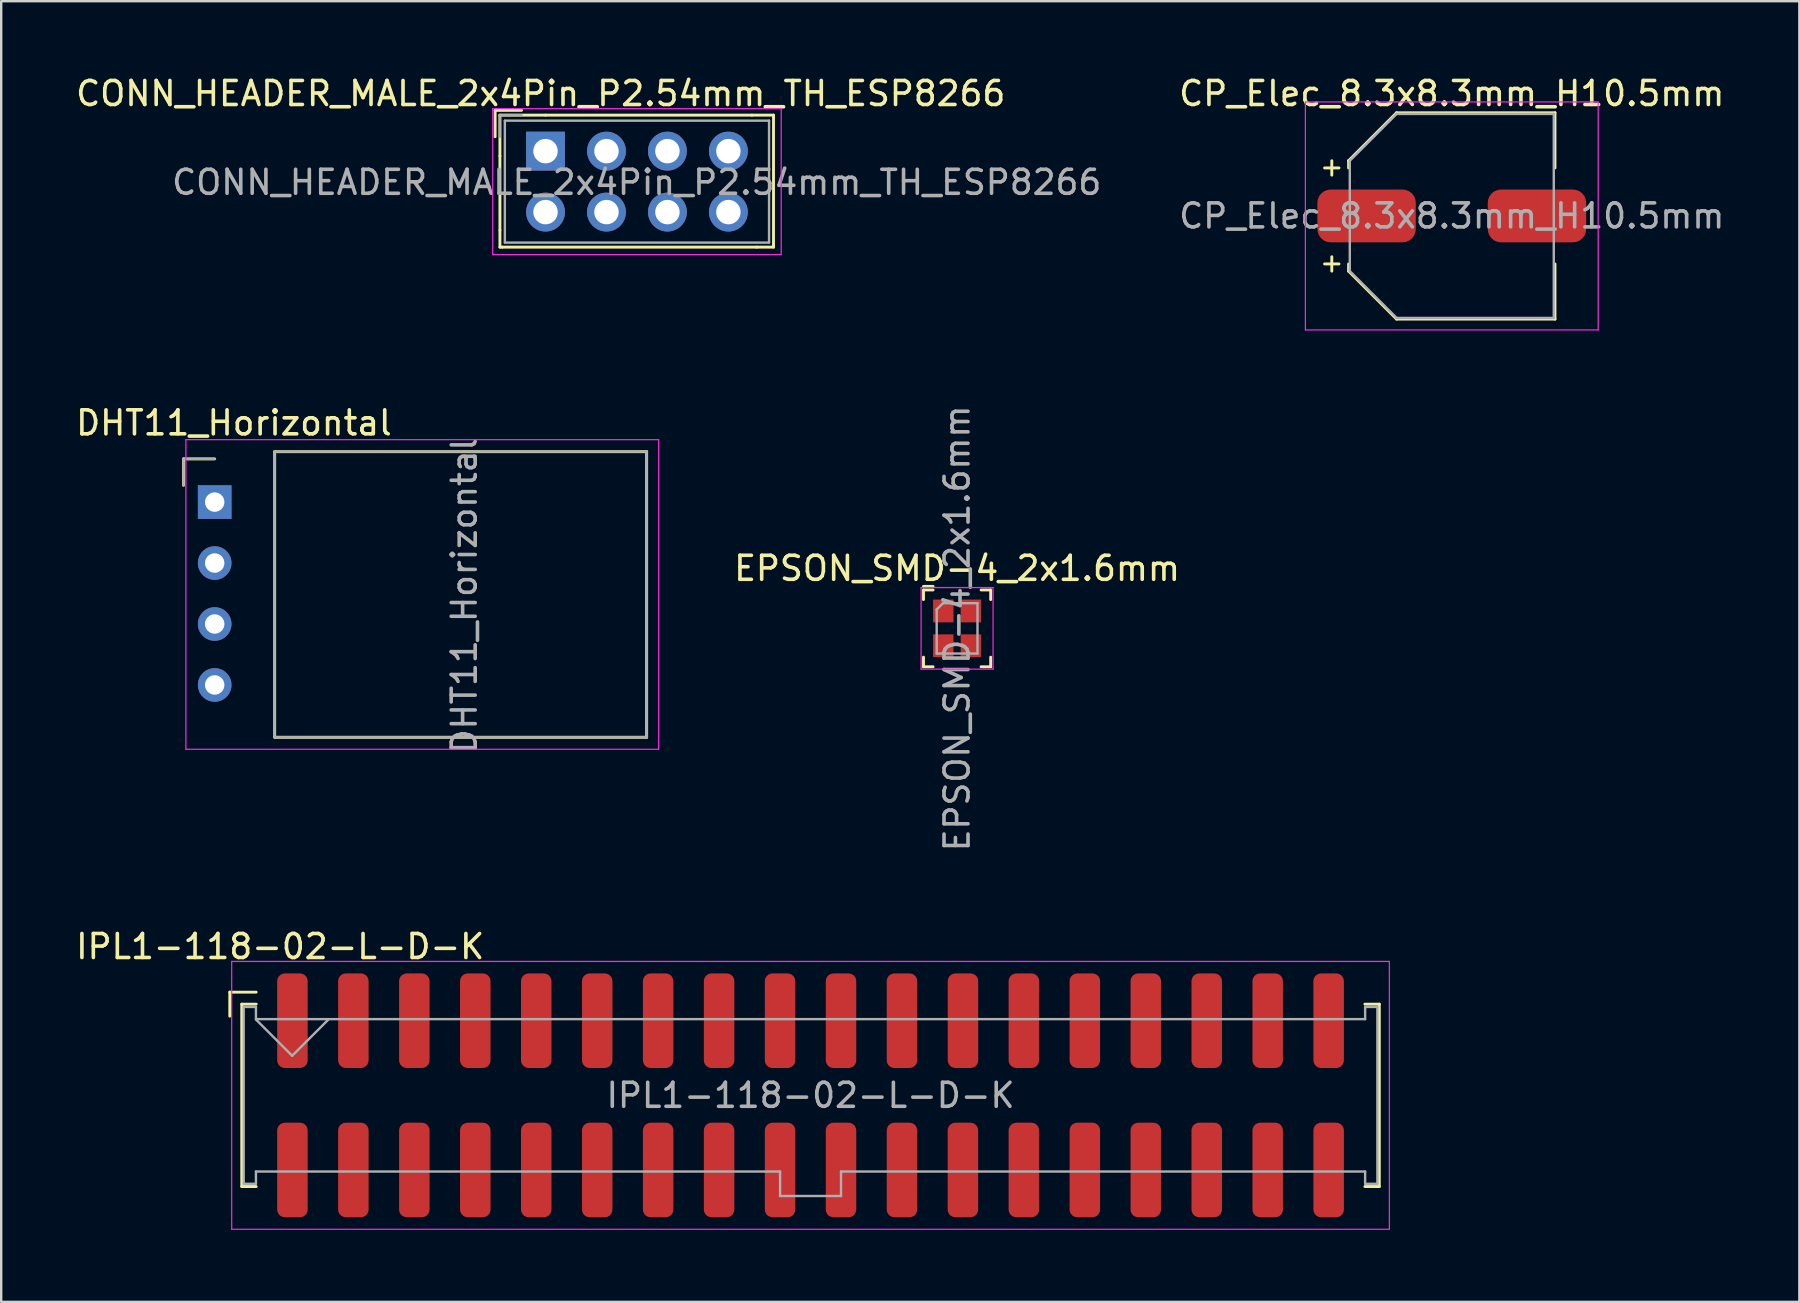
<source format=kicad_pcb>
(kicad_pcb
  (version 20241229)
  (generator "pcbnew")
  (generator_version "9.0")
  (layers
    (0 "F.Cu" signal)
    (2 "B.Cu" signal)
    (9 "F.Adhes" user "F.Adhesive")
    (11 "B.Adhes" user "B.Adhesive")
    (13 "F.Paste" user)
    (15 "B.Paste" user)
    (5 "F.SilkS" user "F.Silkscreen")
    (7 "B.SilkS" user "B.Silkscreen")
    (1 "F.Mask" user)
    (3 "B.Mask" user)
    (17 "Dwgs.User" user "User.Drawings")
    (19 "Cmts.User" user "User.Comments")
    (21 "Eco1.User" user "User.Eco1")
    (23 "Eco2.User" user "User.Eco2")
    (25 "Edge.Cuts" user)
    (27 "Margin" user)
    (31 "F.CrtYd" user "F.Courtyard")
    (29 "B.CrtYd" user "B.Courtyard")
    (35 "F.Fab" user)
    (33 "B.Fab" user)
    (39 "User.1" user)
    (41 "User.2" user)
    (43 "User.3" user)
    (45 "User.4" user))
  (footprint "EPSON_SMD-4_2x1.6mm"
    (layer "F.Cu")
    (at 36.832 23.134)
    (property "Reference" "EPSON_SMD-4_2x1.6mm" (at 0 -2.5 0) (layer "F.SilkS") (effects (font (size 1 1) (thickness 0.15))))
    (attr smd)
    (fp_line (start -1.4 -1.6) (end -1.4 -1.2) (stroke (width 0.12) (type solid)) (layer "F.SilkS"))
    (fp_line (start -1.4 -1.6) (end -1 -1.6) (stroke (width 0.12) (type solid)) (layer "F.SilkS"))
    (fp_line (start -1.4 1.6) (end -1.4 1.2) (stroke (width 0.12) (type solid)) (layer "F.SilkS"))
    (fp_line (start -1.4 1.6) (end -1 1.6) (stroke (width 0.12) (type solid)) (layer "F.SilkS"))
    (fp_line (start -1 -1.75) (end -1.4 -1.75) (stroke (width 0.12) (type solid)) (layer "F.SilkS"))
    (fp_line (start 1 -1.6) (end 1.4 -1.6) (stroke (width 0.12) (type solid)) (layer "F.SilkS"))
    (fp_line (start 1 1.6) (end 1.4 1.6) (stroke (width 0.12) (type solid)) (layer "F.SilkS"))
    (fp_line (start 1.4 -1.6) (end 1.4 -1.2) (stroke (width 0.12) (type solid)) (layer "F.SilkS"))
    (fp_line (start 1.4 1.6) (end 1.4 1.2) (stroke (width 0.12) (type solid)) (layer "F.SilkS"))
    (fp_line (start -1.5 -1.7) (end -1.5 1.7) (stroke (width 0.05) (type solid)) (layer "F.CrtYd"))
    (fp_line (start -1.5 -1.7) (end 1.5 -1.7) (stroke (width 0.05) (type solid)) (layer "F.CrtYd"))
    (fp_line (start -1.5 1.7) (end 1.5 1.7) (stroke (width 0.05) (type solid)) (layer "F.CrtYd"))
    (fp_line (start 1.5 -1.7) (end 1.5 1.7) (stroke (width 0.05) (type solid)) (layer "F.CrtYd"))
    (fp_line (start -0.85 -0.787) (end -0.85 1.05) (stroke (width 0.1) (type solid)) (layer "F.Fab"))
    (fp_line (start -0.85 1.05) (end 0.85 1.05) (stroke (width 0.1) (type solid)) (layer "F.Fab"))
    (fp_line (start -0.588 -1.05) (end -0.85 -0.787) (stroke (width 0.1) (type solid)) (layer "F.Fab"))
    (fp_line (start -0.588 -1.05) (end 0.85 -1.05) (stroke (width 0.1) (type solid)) (layer "F.Fab"))
    (fp_line (start 0.85 -1.05) (end 0.85 1.05) (stroke (width 0.1) (type solid)) (layer "F.Fab"))
    (fp_text user "${REFERENCE}" (at 0 0 90) (layer "F.Fab") (effects (font (size 1 1) (thickness 0.15))))
    (pad "1" smd rect (at -0.575 -0.725) (size 0.85 0.95) (layers "F.Cu" "F.Mask" "F.Paste"))
    (pad "2" smd rect (at -0.575 0.725) (size 0.85 0.95) (layers "F.Cu" "F.Mask" "F.Paste"))
    (pad "3" smd rect (at 0.575 0.725) (size 0.85 0.95) (layers "F.Cu" "F.Mask" "F.Paste"))
    (pad "4" smd rect (at 0.575 -0.725) (size 0.85 0.95) (layers "F.Cu" "F.Mask" "F.Paste")))
  (footprint "CONN_HEADER_MALE_2x4Pin_P2.54mm_TH_ESP8266"
    (layer "F.Cu")
    (at 19.682 3.248)
    (property "Reference" "CONN_HEADER_MALE_2x4Pin_P2.54mm_TH_ESP8266" (at -0.2 -2.4 0) (layer "F.SilkS") (effects (font (size 1 1) (thickness 0.15))))
    (attr through_hole)
    (fp_line (start -2.1 -1.7) (end -2.1 -0.6) (stroke (width 0.12) (type solid)) (layer "F.SilkS"))
    (fp_line (start -1.9 -1.5) (end 0 -1.5) (stroke (width 0.12) (type solid)) (layer "F.SilkS"))
    (fp_line (start -1.9 0.2) (end -1.9 -1.5) (stroke (width 0.12) (type solid)) (layer "F.SilkS"))
    (fp_line (start -1.9 3.3) (end -1.9 0.2) (stroke (width 0.12) (type solid)) (layer "F.SilkS"))
    (fp_line (start -1.9 4) (end -1.9 3.3) (stroke (width 0.12) (type solid)) (layer "F.SilkS"))
    (fp_line (start -1.8 4) (end -1.9 4) (stroke (width 0.12) (type solid)) (layer "F.SilkS"))
    (fp_line (start -1 -1.7) (end -2.1 -1.7) (stroke (width 0.12) (type solid)) (layer "F.SilkS"))
    (fp_line (start 8.6 -1.5) (end 0 -1.5) (stroke (width 0.12) (type solid)) (layer "F.SilkS"))
    (fp_line (start 8.8 4) (end -1.8 4) (stroke (width 0.12) (type solid)) (layer "F.SilkS"))
    (fp_line (start 9.5 -1.5) (end 8.6 -1.5) (stroke (width 0.12) (type solid)) (layer "F.SilkS"))
    (fp_line (start 9.5 -1.4) (end 9.5 -1.5) (stroke (width 0.12) (type solid)) (layer "F.SilkS"))
    (fp_line (start 9.5 -1.4) (end 9.5 3.9) (stroke (width 0.12) (type solid)) (layer "F.SilkS"))
    (fp_line (start 9.5 3.9) (end 9.5 4) (stroke (width 0.12) (type solid)) (layer "F.SilkS"))
    (fp_line (start 9.5 4) (end 8.8 4) (stroke (width 0.12) (type solid)) (layer "F.SilkS"))
    (fp_line (start -2.2 4.31) (end -2.2 -1.77) (stroke (width 0.05) (type solid)) (layer "F.CrtYd"))
    (fp_line (start -2.2 4.31) (end 9.82 4.31) (stroke (width 0.05) (type solid)) (layer "F.CrtYd"))
    (fp_line (start 9.82 -1.77) (end -2.2 -1.77) (stroke (width 0.05) (type solid)) (layer "F.CrtYd"))
    (fp_line (start 9.82 4.31) (end 9.82 -1.77) (stroke (width 0.05) (type solid)) (layer "F.CrtYd"))
    (fp_line (start -1.9 -1.5) (end -1.9 -0.6) (stroke (width 0.1) (type solid)) (layer "F.Fab"))
    (fp_line (start -1.9 -1.5) (end -1 -1.5) (stroke (width 0.1) (type solid)) (layer "F.Fab"))
    (fp_line (start -1.695 -1.27) (end -1.695 3.81) (stroke (width 0.1) (type solid)) (layer "F.Fab"))
    (fp_line (start -1.695 -1.27) (end 9.315 -1.27) (stroke (width 0.1) (type solid)) (layer "F.Fab"))
    (fp_line (start -1.695 3.81) (end 9.315 3.81) (stroke (width 0.1) (type solid)) (layer "F.Fab"))
    (fp_line (start 9.315 -1.27) (end 9.315 3.81) (stroke (width 0.1) (type solid)) (layer "F.Fab"))
    (fp_text user "${REFERENCE}" (at 3.8 1.3 0) (layer "F.Fab") (effects (font (size 1 1) (thickness 0.15))))
    (pad "1" thru_hole rect (at 0 0) (size 1.62 1.62) (drill 1.02) (layers "*.Cu" "*.Mask"))
    (pad "2" thru_hole circle (at 0 2.54) (size 1.62 1.62) (drill 1.02) (layers "*.Cu" "*.Mask"))
    (pad "3" thru_hole circle (at 2.54 0) (size 1.62 1.62) (drill 1.02) (layers "*.Cu" "*.Mask"))
    (pad "4" thru_hole circle (at 2.54 2.54) (size 1.62 1.62) (drill 1.02) (layers "*.Cu" "*.Mask"))
    (pad "5" thru_hole circle (at 5.08 0) (size 1.62 1.62) (drill 1.02) (layers "*.Cu" "*.Mask"))
    (pad "6" thru_hole circle (at 5.08 2.54) (size 1.62 1.62) (drill 1.02) (layers "*.Cu" "*.Mask"))
    (pad "7" thru_hole circle (at 7.62 0) (size 1.62 1.62) (drill 1.02) (layers "*.Cu" "*.Mask"))
    (pad "8" thru_hole circle (at 7.62 2.54) (size 1.62 1.62) (drill 1.02) (layers "*.Cu" "*.Mask")))
  (footprint "CP_Elec_8.3x8.3mm_H10.5mm"
    (layer "F.Cu")
    (at 57.446 5.948)
    (property "Reference" "CP_Elec_8.3x8.3mm_H10.5mm" (at 0 -5.1 0) (layer "F.SilkS") (effects (font (size 1 1) (thickness 0.15))))
    (attr smd)
    (fp_line (start -5.3 -2) (end -4.7 -2) (stroke (width 0.12) (type solid)) (layer "F.SilkS"))
    (fp_line (start -5.3 2) (end -4.7 2) (stroke (width 0.12) (type solid)) (layer "F.SilkS"))
    (fp_line (start -5 -2.3) (end -5 -1.7) (stroke (width 0.12) (type solid)) (layer "F.SilkS"))
    (fp_line (start -5 1.7) (end -5 2.3) (stroke (width 0.12) (type solid)) (layer "F.SilkS"))
    (fp_line (start -4.3 -2) (end -4.3 -2.3) (stroke (width 0.12) (type solid)) (layer "F.SilkS"))
    (fp_line (start -4.3 2) (end -4.3 2.3) (stroke (width 0.12) (type solid)) (layer "F.SilkS"))
    (fp_line (start -2.3 -4.3) (end -4.3 -2.3) (stroke (width 0.12) (type solid)) (layer "F.SilkS"))
    (fp_line (start -2.3 4.3) (end -4.3 2.3) (stroke (width 0.12) (type solid)) (layer "F.SilkS"))
    (fp_line (start 4.3 -4.3) (end -2.3 -4.3) (stroke (width 0.12) (type solid)) (layer "F.SilkS"))
    (fp_line (start 4.3 -2) (end 4.3 -4.3) (stroke (width 0.12) (type solid)) (layer "F.SilkS"))
    (fp_line (start 4.3 2) (end 4.3 4.3) (stroke (width 0.12) (type solid)) (layer "F.SilkS"))
    (fp_line (start 4.3 4.3) (end -2.3 4.3) (stroke (width 0.12) (type solid)) (layer "F.SilkS"))
    (fp_line (start -6.1 4.75) (end -6.1 -4.75) (stroke (width 0.05) (type solid)) (layer "F.CrtYd"))
    (fp_line (start 6.1 -4.75) (end -6.1 -4.75) (stroke (width 0.05) (type solid)) (layer "F.CrtYd"))
    (fp_line (start 6.1 4.75) (end -6.1 4.75) (stroke (width 0.05) (type solid)) (layer "F.CrtYd"))
    (fp_line (start 6.1 4.75) (end 6.1 -4.75) (stroke (width 0.05) (type solid)) (layer "F.CrtYd"))
    (fp_line (start -4.25 -2.3) (end -4.25 2.3) (stroke (width 0.1) (type solid)) (layer "F.Fab"))
    (fp_line (start -4.25 2.3) (end -2.3 4.25) (stroke (width 0.1) (type solid)) (layer "F.Fab"))
    (fp_line (start -2.3 -4.25) (end -4.25 -2.3) (stroke (width 0.1) (type solid)) (layer "F.Fab"))
    (fp_line (start 4.25 -4.25) (end -2.3 -4.25) (stroke (width 0.1) (type solid)) (layer "F.Fab"))
    (fp_line (start 4.25 4.25) (end -2.3 4.25) (stroke (width 0.1) (type solid)) (layer "F.Fab"))
    (fp_line (start 4.25 4.25) (end 4.25 -4.25) (stroke (width 0.1) (type solid)) (layer "F.Fab"))
    (fp_text user "${REFERENCE}" (at 0 0 0) (layer "F.Fab") (effects (font (size 1 1) (thickness 0.15))))
    (pad "1" smd roundrect (at -3.55 0) (size 4.1 2.2) (layers "F.Cu" "F.Mask" "F.Paste") (roundrect_rratio 0.25))
    (pad "2" smd roundrect (at 3.55 0) (size 4.1 2.2) (layers "F.Cu" "F.Mask" "F.Paste") (roundrect_rratio 0.25)))
  (footprint "DHT11_Horizontal"
    (layer "F.Cu")
    (at 5.896 17.872)
    (property "Reference" "DHT11_Horizontal" (at 0.8 -3.3 0) (layer "F.SilkS") (effects (font (size 1 1) (thickness 0.15))))
    (attr through_hole)
    (fp_line (start -1.3 -1.8) (end -1.3 -0.7) (stroke (width 0.12) (type solid)) (layer "F.SilkS"))
    (fp_line (start 0 -1.8) (end -1.3 -1.8) (stroke (width 0.12) (type solid)) (layer "F.SilkS"))
    (fp_line (start 2.5 -2.1) (end 18 -2.1) (stroke (width 0.12) (type solid)) (layer "F.SilkS"))
    (fp_line (start 2.5 9.8) (end 2.5 -2.1) (stroke (width 0.12) (type solid)) (layer "F.SilkS"))
    (fp_line (start 2.5 9.8) (end 18 9.8) (stroke (width 0.12) (type solid)) (layer "F.SilkS"))
    (fp_line (start 18 -2.1) (end 18 9.8) (stroke (width 0.12) (type solid)) (layer "F.SilkS"))
    (fp_line (start -1.2 -2.6) (end -1.2 10.3) (stroke (width 0.05) (type solid)) (layer "F.CrtYd"))
    (fp_line (start -1.2 10.3) (end 18.5 10.3) (stroke (width 0.05) (type solid)) (layer "F.CrtYd"))
    (fp_line (start 18.5 -2.6) (end -1.2 -2.6) (stroke (width 0.05) (type solid)) (layer "F.CrtYd"))
    (fp_line (start 18.5 10.3) (end 18.5 -2.6) (stroke (width 0.05) (type solid)) (layer "F.CrtYd"))
    (fp_line (start -1.3 -1.8) (end -1.3 -0.7) (stroke (width 0.1) (type solid)) (layer "F.Fab"))
    (fp_line (start 0 -1.8) (end -1.3 -1.8) (stroke (width 0.1) (type solid)) (layer "F.Fab"))
    (fp_line (start 2.5 -2.1) (end 18 -2.1) (stroke (width 0.1) (type solid)) (layer "F.Fab"))
    (fp_line (start 2.5 9.8) (end 2.5 -2.1) (stroke (width 0.1) (type solid)) (layer "F.Fab"))
    (fp_line (start 18 -2.1) (end 18 9.8) (stroke (width 0.1) (type solid)) (layer "F.Fab"))
    (fp_line (start 18 9.8) (end 2.5 9.8) (stroke (width 0.1) (type solid)) (layer "F.Fab"))
    (fp_text user "${REFERENCE}" (at 10.4 3.9 90) (layer "F.Fab") (effects (font (size 1 1) (thickness 0.15))))
    (pad "1" thru_hole rect (at 0 0) (size 1.4 1.4) (drill 0.81) (layers "*.Cu" "*.Mask"))
    (pad "2" thru_hole circle (at 0 2.54) (size 1.4 1.4) (drill 0.81) (layers "*.Cu" "*.Mask"))
    (pad "3" thru_hole circle (at 0 5.08) (size 1.4 1.4) (drill 0.81) (layers "*.Cu" "*.Mask"))
    (pad "4" thru_hole circle (at 0 7.62) (size 1.4 1.4) (drill 0.81) (layers "*.Cu" "*.Mask")))
  (footprint "IPL1-118-02-L-D-K"
    (layer "F.Cu")
    (at 30.725 42.593)
    (property "Reference" "IPL1-118-02-L-D-K" (at -22.1 -6.2 0) (layer "F.SilkS") (effects (font (size 1 1) (thickness 0.15))))
    (attr smd)
    (fp_line (start -24.2 -4.3) (end -24.2 -3.3) (stroke (width 0.12) (type solid)) (layer "F.SilkS"))
    (fp_line (start -23.7 -3.8) (end -23.7 3.8) (stroke (width 0.12) (type solid)) (layer "F.SilkS"))
    (fp_line (start -23.7 3.8) (end -23.1 3.8) (stroke (width 0.12) (type solid)) (layer "F.SilkS"))
    (fp_line (start -23.1 -4.3) (end -24.2 -4.3) (stroke (width 0.12) (type solid)) (layer "F.SilkS"))
    (fp_line (start -23.1 -3.8) (end -23.7 -3.8) (stroke (width 0.12) (type solid)) (layer "F.SilkS"))
    (fp_line (start 23.7 -3.8) (end 23.1 -3.8) (stroke (width 0.12) (type solid)) (layer "F.SilkS"))
    (fp_line (start 23.7 -3.8) (end 23.7 3.8) (stroke (width 0.12) (type solid)) (layer "F.SilkS"))
    (fp_line (start 23.7 3.8) (end 23.1 3.8) (stroke (width 0.12) (type solid)) (layer "F.SilkS"))
    (fp_line (start -24.12 5.58) (end -24.12 -5.58) (stroke (width 0.05) (type solid)) (layer "F.CrtYd"))
    (fp_line (start 24.12 -5.58) (end -24.12 -5.58) (stroke (width 0.05) (type solid)) (layer "F.CrtYd"))
    (fp_line (start 24.12 5.58) (end -24.12 5.58) (stroke (width 0.05) (type solid)) (layer "F.CrtYd"))
    (fp_line (start 24.12 5.58) (end 24.12 -5.58) (stroke (width 0.05) (type solid)) (layer "F.CrtYd"))
    (fp_line (start -23.62 -3.685) (end -23.62 3.685) (stroke (width 0.1) (type solid)) (layer "F.Fab"))
    (fp_line (start -23.62 -3.685) (end -23.11 -3.685) (stroke (width 0.1) (type solid)) (layer "F.Fab"))
    (fp_line (start -23.62 3.685) (end -23.11 3.685) (stroke (width 0.1) (type solid)) (layer "F.Fab"))
    (fp_line (start -23.11 -3.685) (end -23.11 -3.175) (stroke (width 0.1) (type solid)) (layer "F.Fab"))
    (fp_line (start -23.11 -3.175) (end 23.11 -3.175) (stroke (width 0.1) (type solid)) (layer "F.Fab"))
    (fp_line (start -23.11 3.175) (end -23.11 3.685) (stroke (width 0.1) (type solid)) (layer "F.Fab"))
    (fp_line (start -23.1 -3.15) (end -21.6 -1.65) (stroke (width 0.1) (type solid)) (layer "F.Fab"))
    (fp_line (start -21.6 -1.65) (end -20.1 -3.15) (stroke (width 0.1) (type solid)) (layer "F.Fab"))
    (fp_line (start -1.27 3.175) (end -23.11 3.175) (stroke (width 0.1) (type solid)) (layer "F.Fab"))
    (fp_line (start -1.27 3.175) (end -1.27 4.195) (stroke (width 0.1) (type solid)) (layer "F.Fab"))
    (fp_line (start -1.27 4.195) (end 1.27 4.195) (stroke (width 0.1) (type solid)) (layer "F.Fab"))
    (fp_line (start 1.27 3.175) (end 1.27 4.195) (stroke (width 0.1) (type solid)) (layer "F.Fab"))
    (fp_line (start 23.11 -3.685) (end 23.11 -3.175) (stroke (width 0.1) (type solid)) (layer "F.Fab"))
    (fp_line (start 23.11 -3.685) (end 23.62 -3.685) (stroke (width 0.1) (type solid)) (layer "F.Fab"))
    (fp_line (start 23.11 3.175) (end 1.27 3.175) (stroke (width 0.1) (type solid)) (layer "F.Fab"))
    (fp_line (start 23.11 3.175) (end 23.11 3.685) (stroke (width 0.1) (type solid)) (layer "F.Fab"))
    (fp_line (start 23.11 3.685) (end 23.62 3.685) (stroke (width 0.1) (type solid)) (layer "F.Fab"))
    (fp_line (start 23.62 -3.685) (end 23.62 3.685) (stroke (width 0.1) (type solid)) (layer "F.Fab"))
    (fp_text user "${REFERENCE}" (at 0 0 0) (layer "F.Fab") (effects (font (size 1 1) (thickness 0.15))))
    (pad "1" smd roundrect (at -21.59 -3.11) (size 1.27 3.94) (layers "F.Cu" "F.Mask" "F.Paste") (roundrect_rratio 0.25))
    (pad "2" smd roundrect (at -19.05 -3.11) (size 1.27 3.94) (layers "F.Cu" "F.Mask" "F.Paste") (roundrect_rratio 0.25))
    (pad "3" smd roundrect (at -16.51 -3.11) (size 1.27 3.94) (layers "F.Cu" "F.Mask" "F.Paste") (roundrect_rratio 0.25))
    (pad "4" smd roundrect (at -13.97 -3.11) (size 1.27 3.94) (layers "F.Cu" "F.Mask" "F.Paste") (roundrect_rratio 0.25))
    (pad "5" smd roundrect (at -11.43 -3.11) (size 1.27 3.94) (layers "F.Cu" "F.Mask" "F.Paste") (roundrect_rratio 0.25))
    (pad "6" smd roundrect (at -8.89 -3.11) (size 1.27 3.94) (layers "F.Cu" "F.Mask" "F.Paste") (roundrect_rratio 0.25))
    (pad "7" smd roundrect (at -6.35 -3.11) (size 1.27 3.94) (layers "F.Cu" "F.Mask" "F.Paste") (roundrect_rratio 0.25))
    (pad "8" smd roundrect (at -3.81 -3.11) (size 1.27 3.94) (layers "F.Cu" "F.Mask" "F.Paste") (roundrect_rratio 0.25))
    (pad "9" smd roundrect (at -1.27 -3.11) (size 1.27 3.94) (layers "F.Cu" "F.Mask" "F.Paste") (roundrect_rratio 0.25))
    (pad "10" smd roundrect (at 1.27 -3.11) (size 1.27 3.94) (layers "F.Cu" "F.Mask" "F.Paste") (roundrect_rratio 0.25))
    (pad "11" smd roundrect (at 3.81 -3.11) (size 1.27 3.94) (layers "F.Cu" "F.Mask" "F.Paste") (roundrect_rratio 0.25))
    (pad "12" smd roundrect (at 6.353 -3.11) (size 1.27 3.94) (layers "F.Cu" "F.Mask" "F.Paste") (roundrect_rratio 0.25))
    (pad "13" smd roundrect (at 8.89 -3.11) (size 1.27 3.94) (layers "F.Cu" "F.Mask" "F.Paste") (roundrect_rratio 0.25))
    (pad "14" smd roundrect (at 11.43 -3.11) (size 1.27 3.94) (layers "F.Cu" "F.Mask" "F.Paste") (roundrect_rratio 0.25))
    (pad "15" smd roundrect (at 13.97 -3.11) (size 1.27 3.94) (layers "F.Cu" "F.Mask" "F.Paste") (roundrect_rratio 0.25))
    (pad "16" smd roundrect (at 16.51 -3.11) (size 1.27 3.94) (layers "F.Cu" "F.Mask" "F.Paste") (roundrect_rratio 0.25))
    (pad "17" smd roundrect (at 19.05 -3.11) (size 1.27 3.94) (layers "F.Cu" "F.Mask" "F.Paste") (roundrect_rratio 0.25))
    (pad "18" smd roundrect (at 21.59 -3.11) (size 1.27 3.94) (layers "F.Cu" "F.Mask" "F.Paste") (roundrect_rratio 0.25))
    (pad "19" smd roundrect (at -21.59 3.11) (size 1.27 3.94) (layers "F.Cu" "F.Mask" "F.Paste") (roundrect_rratio 0.25))
    (pad "20" smd roundrect (at -19.05 3.11) (size 1.27 3.94) (layers "F.Cu" "F.Mask" "F.Paste") (roundrect_rratio 0.25))
    (pad "21" smd roundrect (at -16.51 3.11) (size 1.27 3.94) (layers "F.Cu" "F.Mask" "F.Paste") (roundrect_rratio 0.25))
    (pad "22" smd roundrect (at -13.97 3.11) (size 1.27 3.94) (layers "F.Cu" "F.Mask" "F.Paste") (roundrect_rratio 0.25))
    (pad "23" smd roundrect (at -11.43 3.11) (size 1.27 3.94) (layers "F.Cu" "F.Mask" "F.Paste") (roundrect_rratio 0.25))
    (pad "24" smd roundrect (at -8.89 3.11) (size 1.27 3.94) (layers "F.Cu" "F.Mask" "F.Paste") (roundrect_rratio 0.25))
    (pad "25" smd roundrect (at -6.35 3.11) (size 1.27 3.94) (layers "F.Cu" "F.Mask" "F.Paste") (roundrect_rratio 0.25))
    (pad "26" smd roundrect (at -3.81 3.11) (size 1.27 3.94) (layers "F.Cu" "F.Mask" "F.Paste") (roundrect_rratio 0.25))
    (pad "27" smd roundrect (at -1.27 3.11) (size 1.27 3.94) (layers "F.Cu" "F.Mask" "F.Paste") (roundrect_rratio 0.25))
    (pad "28" smd roundrect (at 1.27 3.11) (size 1.27 3.94) (layers "F.Cu" "F.Mask" "F.Paste") (roundrect_rratio 0.25))
    (pad "29" smd roundrect (at 3.81 3.11) (size 1.27 3.94) (layers "F.Cu" "F.Mask" "F.Paste") (roundrect_rratio 0.25))
    (pad "30" smd roundrect (at 6.35 3.11) (size 1.27 3.94) (layers "F.Cu" "F.Mask" "F.Paste") (roundrect_rratio 0.25))
    (pad "31" smd roundrect (at 8.89 3.11) (size 1.27 3.94) (layers "F.Cu" "F.Mask" "F.Paste") (roundrect_rratio 0.25))
    (pad "32" smd roundrect (at 11.43 3.11) (size 1.27 3.94) (layers "F.Cu" "F.Mask" "F.Paste") (roundrect_rratio 0.25))
    (pad "33" smd roundrect (at 13.97 3.11) (size 1.27 3.94) (layers "F.Cu" "F.Mask" "F.Paste") (roundrect_rratio 0.25))
    (pad "34" smd roundrect (at 16.51 3.11) (size 1.27 3.94) (layers "F.Cu" "F.Mask" "F.Paste") (roundrect_rratio 0.25))
    (pad "35" smd roundrect (at 19.05 3.11) (size 1.27 3.94) (layers "F.Cu" "F.Mask" "F.Paste") (roundrect_rratio 0.25))
    (pad "36" smd roundrect (at 21.59 3.11) (size 1.27 3.94) (layers "F.Cu" "F.Mask" "F.Paste") (roundrect_rratio 0.25)))
  (gr_rect
    (start -3 -3)
    (end 71.929 51.198)
    (stroke (width 0.1) (type default))
    (fill no)
    (layer "Edge.Cuts")))
</source>
